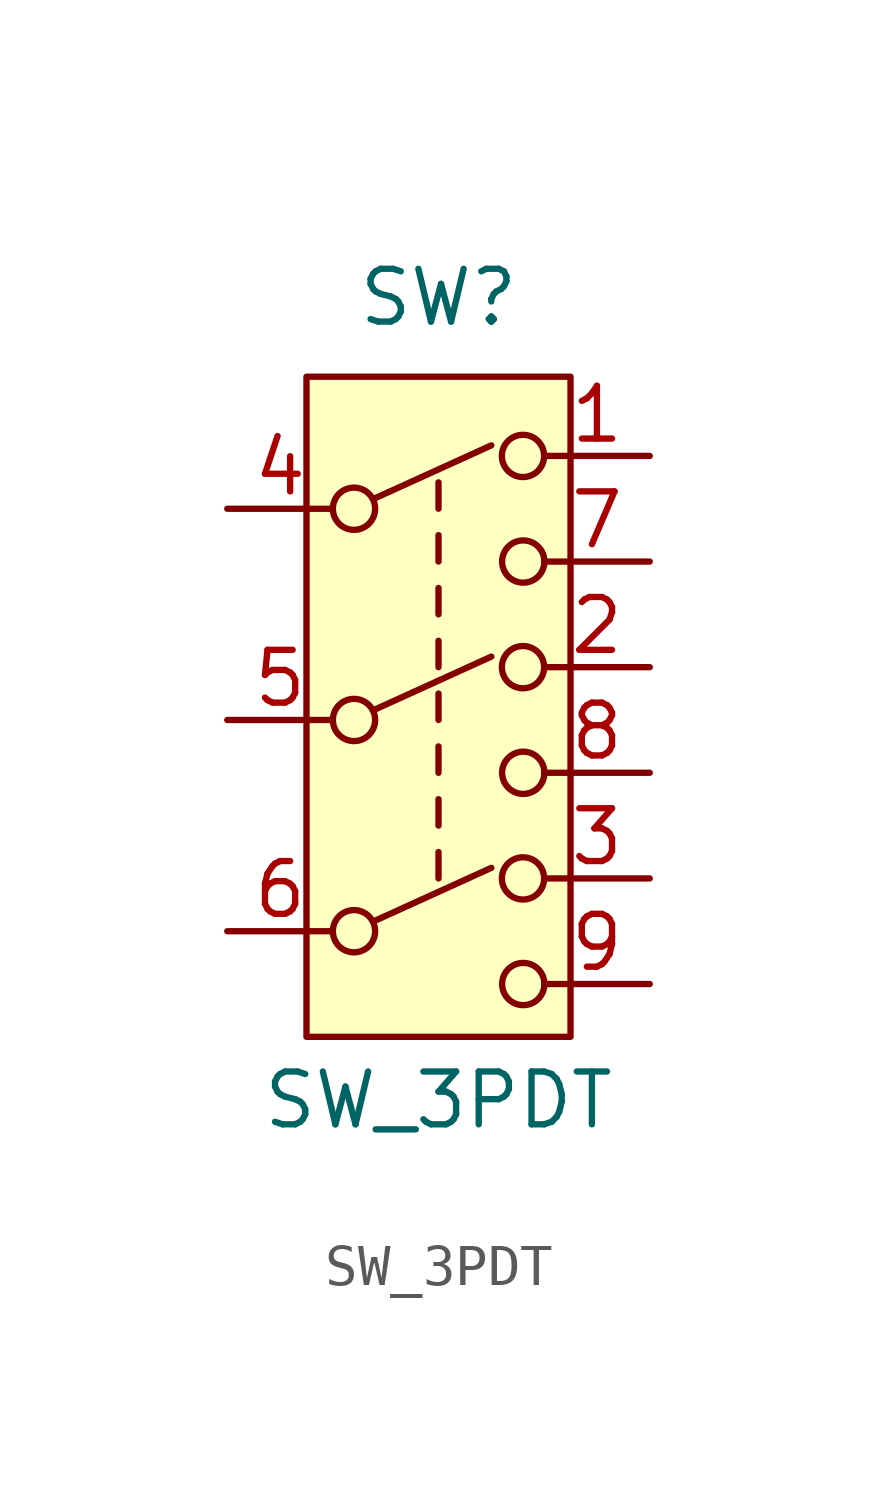
<source format=kicad_sym>
(kicad_symbol_lib
  (version 20231120)
  (generator "kicad_symbol_editor")
  (generator_version "8.0")
  (symbol "SW_3PDT"
    (pin_names
      (offset 0) hide)
    (property "Reference" "SW"
      (at 0 6.35 0)
      (effects (font (size 1.27 1.27))))
    (property "Value" "SW_3PDT"
      (at 0 -12.954 0)
      (effects (font (size 1.27 1.27))))
    (symbol "SW_3PDT_0_0"
      (circle (center -2.032 -8.89) (radius 0.508) (stroke (width 0) (type default)) (fill (type none)))
      (circle (center -2.032 -3.81) (radius 0.508) (stroke (width 0) (type default)) (fill (type none)))
      (circle (center -2.032 1.27) (radius 0.508) (stroke (width 0) (type default)) (fill (type none)))
      (polyline (pts (xy -1.524 -8.636) (xy 1.27 -7.366)) (stroke (width 0) (type default)) (fill (type none)))
      (polyline (pts (xy -1.524 -3.556) (xy 1.27 -2.286)) (stroke (width 0) (type default)) (fill (type none)))
      (polyline (pts (xy -1.524 1.524) (xy 1.27 2.794)) (stroke (width 0) (type default)) (fill (type none)))
      (polyline (pts (xy 0 -7.62) (xy 0 -6.985)) (stroke (width 0) (type default)) (fill (type none)))
      (polyline (pts (xy 0 -6.35) (xy 0 -5.715)) (stroke (width 0) (type default)) (fill (type none)))
      (polyline (pts (xy 0 -5.08) (xy 0 -4.445)) (stroke (width 0) (type default)) (fill (type none)))
      (polyline (pts (xy 0 -3.81) (xy 0 -3.175)) (stroke (width 0) (type default)) (fill (type none)))
      (polyline (pts (xy 0 -2.54) (xy 0 -1.905)) (stroke (width 0) (type default)) (fill (type none)))
      (polyline (pts (xy 0 -1.27) (xy 0 -0.635)) (stroke (width 0) (type default)) (fill (type none)))
      (polyline (pts (xy 0 0) (xy 0 0.635)) (stroke (width 0) (type default)) (fill (type none)))
      (polyline (pts (xy 0 1.27) (xy 0 1.905)) (stroke (width 0) (type default)) (fill (type none)))
      (circle (center 2.032 -7.62) (radius 0.508) (stroke (width 0) (type default)) (fill (type none)))
      (circle (center 2.032 -2.54) (radius 0.508) (stroke (width 0) (type default)) (fill (type none)))
      (circle (center 2.032 2.54) (radius 0.508) (stroke (width 0) (type default)) (fill (type none)))
      (circle (center 2.038 -10.16) (radius 0.508) (stroke (width 0) (type default)) (fill (type none)))
      (circle (center 2.038 -5.08) (radius 0.508) (stroke (width 0) (type default)) (fill (type none)))
      (circle (center 2.038 0) (radius 0.508) (stroke (width 0) (type default)) (fill (type none))))
    (symbol "SW_3PDT_1_1"
      (rectangle (start -3.175 4.445) (end 3.175 -11.43) (stroke (width 0) (type default)) (fill (type background)))
      (pin passive line (at 5.08 2.54 180) (length 2.54) (name "1" (effects (font (size 1.27 1.27)))) (number "1" (effects (font (size 1.27 1.27)))))
      (pin passive line (at 5.08 -2.54 180) (length 2.54) (name "2" (effects (font (size 1.27 1.27)))) (number "2" (effects (font (size 1.27 1.27)))))
      (pin passive line (at 5.08 -7.62 180) (length 2.54) (name "3" (effects (font (size 1.27 1.27)))) (number "3" (effects (font (size 1.27 1.27)))))
      (pin passive line (at -5.08 1.27 0) (length 2.54) (name "4" (effects (font (size 1.27 1.27)))) (number "4" (effects (font (size 1.27 1.27)))))
      (pin passive line (at -5.08 -3.81 0) (length 2.54) (name "5" (effects (font (size 1.27 1.27)))) (number "5" (effects (font (size 1.27 1.27)))))
      (pin passive line (at -5.08 -8.89 0) (length 2.54) (name "6" (effects (font (size 1.27 1.27)))) (number "6" (effects (font (size 1.27 1.27)))))
      (pin passive line (at 5.08 0 180) (length 2.54) (name "7" (effects (font (size 1.27 1.27)))) (number "7" (effects (font (size 1.27 1.27)))))
      (pin passive line (at 5.08 -5.08 180) (length 2.54) (name "8" (effects (font (size 1.27 1.27)))) (number "8" (effects (font (size 1.27 1.27)))))
      (pin passive line (at 5.08 -10.16 180) (length 2.54) (name "9" (effects (font (size 1.27 1.27)))) (number "9" (effects (font (size 1.27 1.27))))))))
</source>
